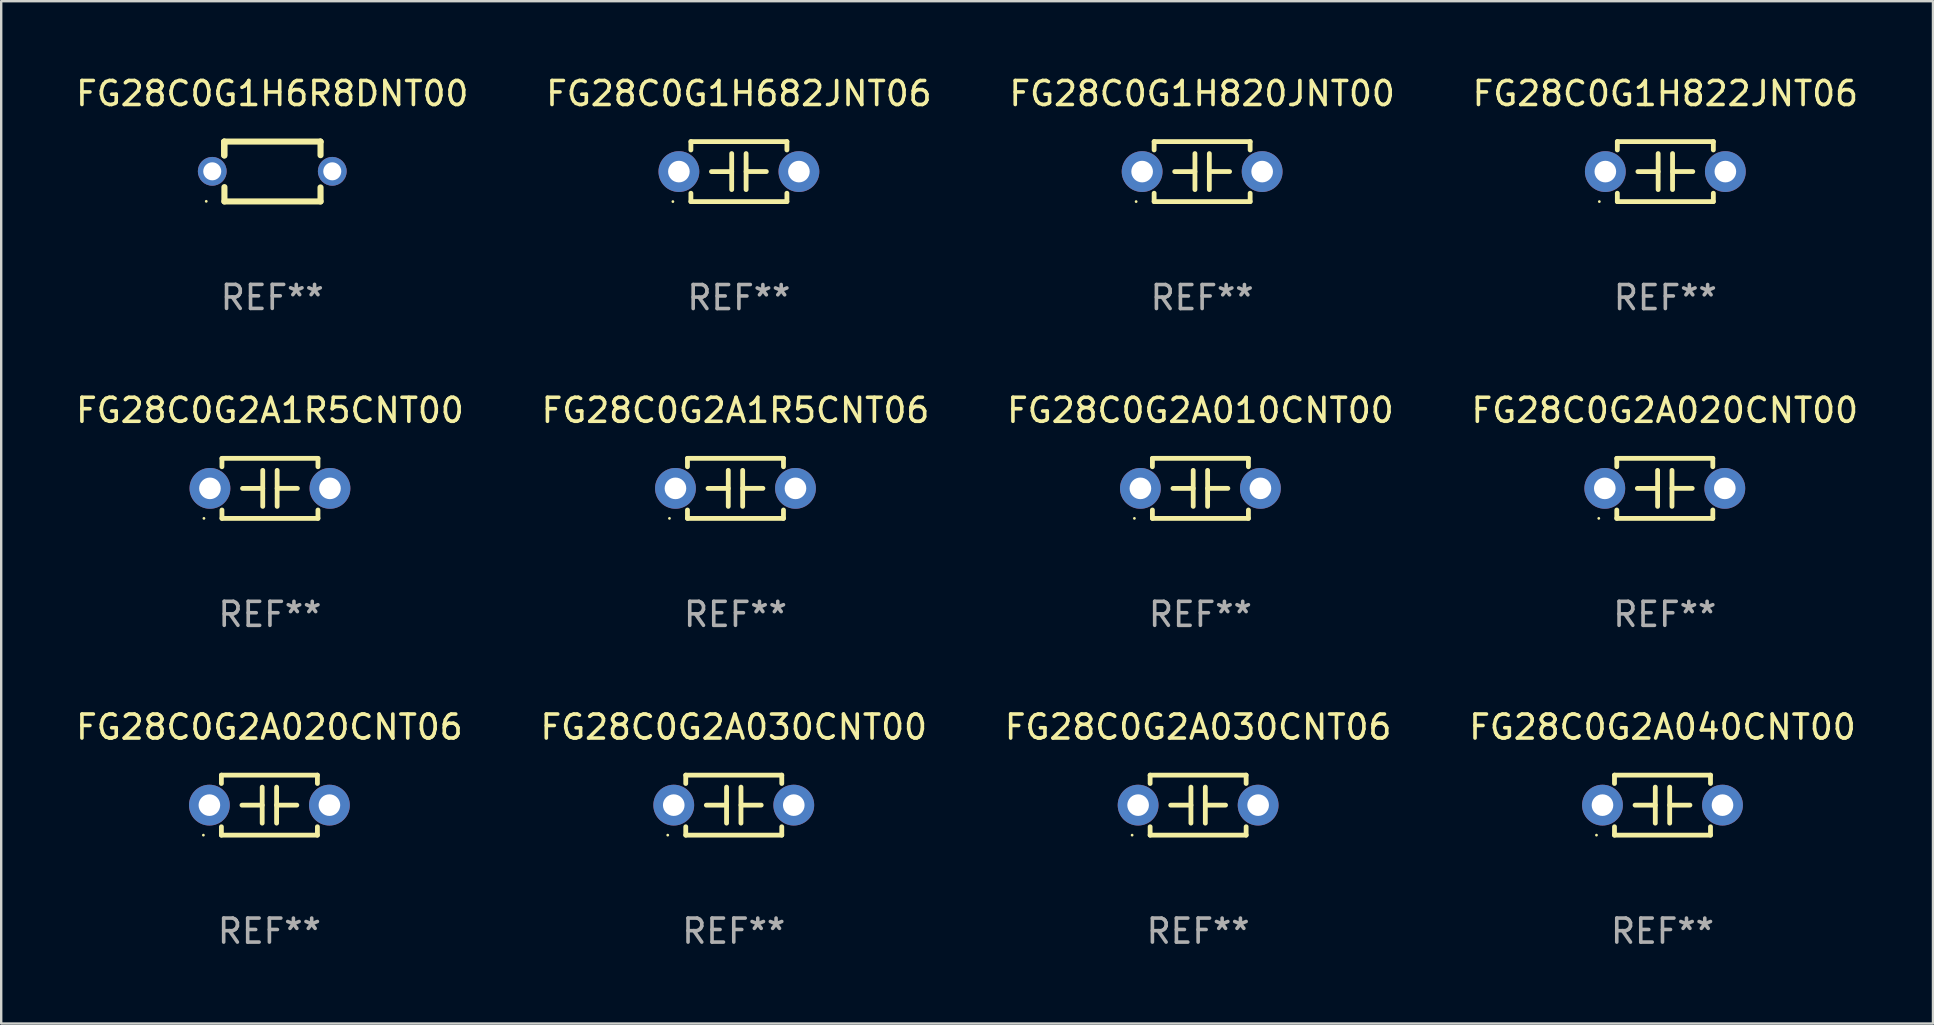
<source format=kicad_pcb>
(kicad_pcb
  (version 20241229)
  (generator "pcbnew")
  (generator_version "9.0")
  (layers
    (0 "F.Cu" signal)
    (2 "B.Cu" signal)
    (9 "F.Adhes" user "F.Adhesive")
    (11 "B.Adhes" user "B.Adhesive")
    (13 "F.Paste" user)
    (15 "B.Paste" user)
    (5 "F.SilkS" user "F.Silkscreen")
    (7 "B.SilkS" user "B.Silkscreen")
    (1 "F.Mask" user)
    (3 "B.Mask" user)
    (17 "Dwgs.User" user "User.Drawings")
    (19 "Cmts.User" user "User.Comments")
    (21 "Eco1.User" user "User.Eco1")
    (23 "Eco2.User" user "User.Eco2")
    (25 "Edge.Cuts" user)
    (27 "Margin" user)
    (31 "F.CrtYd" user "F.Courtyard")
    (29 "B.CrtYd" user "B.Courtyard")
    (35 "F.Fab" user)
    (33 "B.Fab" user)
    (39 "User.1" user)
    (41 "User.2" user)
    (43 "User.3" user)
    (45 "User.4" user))
  (footprint "FG28C0G1H6R8DNT00"
    (layer "F.Cu")
    (at 8.292 4.095)
    (property "Reference" "FG28C0G1H6R8DNT00" (at 0 -3.247 0) (layer "F.SilkS") (effects (font (size 1 1) (thickness 0.15))))
    (attr through_hole)
    (fp_line (start -2.006 -1.24) (end -1.999 -1.247) (stroke (width 0.254) (type solid)) (layer "F.SilkS"))
    (fp_line (start -2.006 -0.676) (end -2.006 -1.24) (stroke (width 0.254) (type solid)) (layer "F.SilkS"))
    (fp_line (start -1.999 -1.247) (end 2.005 -1.247) (stroke (width 0.254) (type solid)) (layer "F.SilkS"))
    (fp_line (start -1.993 -1.186) (end -2.006 -1.2) (stroke (width 0.254) (type solid)) (layer "F.SilkS"))
    (fp_line (start -1.993 -0.665) (end -1.993 -1.186) (stroke (width 0.254) (type solid)) (layer "F.SilkS"))
    (fp_line (start -1.993 1.247) (end -1.993 0.65) (stroke (width 0.254) (type solid)) (layer "F.SilkS"))
    (fp_line (start 2.005 -1.247) (end 2.011 -1.24) (stroke (width 0.254) (type solid)) (layer "F.SilkS"))
    (fp_line (start 2.011 -1.24) (end 2.011 -0.68) (stroke (width 0.254) (type solid)) (layer "F.SilkS"))
    (fp_line (start 2.011 0.664) (end 2.011 1.247) (stroke (width 0.254) (type solid)) (layer "F.SilkS"))
    (fp_line (start 2.011 1.247) (end -1.993 1.247) (stroke (width 0.254) (type solid)) (layer "F.SilkS"))
    (fp_circle (center -2.75 1.242) (end -2.72 1.242) (stroke (width 0.06) (type solid)) (fill no) (layer "F.SilkS"))
    (fp_text user "REF**" (at 0 5.247 0) (layer "F.Fab") (effects (font (size 1 1) (thickness 0.15))))
    (pad "1" thru_hole circle (at -2.5 -0.008) (size 1.2 1.2) (drill 0.75) (layers "*.Cu" "*.Mask"))
    (pad "2" thru_hole circle (at 2.5 -0.008) (size 1.2 1.2) (drill 0.75) (layers "*.Cu" "*.Mask")))
  (footprint "FG28C0G2A1R5CNT00"
    (layer "F.Cu")
    (at 8.196 17.295)
    (property "Reference" "FG28C0G2A1R5CNT00" (at 0 -3.25 0) (layer "F.SilkS") (effects (font (size 1 1) (thickness 0.15))))
    (attr through_hole)
    (fp_line (start -2 -1.25) (end -2 -0.901) (stroke (width 0.2) (type solid)) (layer "F.SilkS"))
    (fp_line (start -2 -1.25) (end 2 -1.25) (stroke (width 0.2) (type solid)) (layer "F.SilkS"))
    (fp_line (start -2 0.901) (end -2 1.25) (stroke (width 0.2) (type solid)) (layer "F.SilkS"))
    (fp_line (start -0.3 -0.75) (end -0.3 0.75) (stroke (width 0.2) (type solid)) (layer "F.SilkS"))
    (fp_line (start -0.3 0.001) (end -1.143 0.001) (stroke (width 0.2) (type solid)) (layer "F.SilkS"))
    (fp_line (start 0.3 -0.001) (end 1.143 -0.001) (stroke (width 0.2) (type solid)) (layer "F.SilkS"))
    (fp_line (start 0.3 0.75) (end 0.3 -0.75) (stroke (width 0.2) (type solid)) (layer "F.SilkS"))
    (fp_line (start 2 -1.25) (end 2 -0.901) (stroke (width 0.2) (type solid)) (layer "F.SilkS"))
    (fp_line (start 2 0.901) (end 2 1.25) (stroke (width 0.2) (type solid)) (layer "F.SilkS"))
    (fp_line (start 2 1.25) (end -2 1.25) (stroke (width 0.2) (type solid)) (layer "F.SilkS"))
    (fp_circle (center -2.75 1.25) (end -2.72 1.25) (stroke (width 0.06) (type solid)) (fill no) (layer "F.SilkS"))
    (fp_text user "REF**" (at 0 5.25 0) (layer "F.Fab") (effects (font (size 1 1) (thickness 0.15))))
    (pad "1" thru_hole circle (at -2.5 0) (size 1.7 1.7) (drill 0.9) (layers "*.Cu" "*.Mask"))
    (pad "2" thru_hole circle (at 2.5 0) (size 1.7 1.7) (drill 0.9) (layers "*.Cu" "*.Mask")))
  (footprint "FG28C0G2A030CNT06"
    (layer "F.Cu")
    (at 46.863 30.491)
    (property "Reference" "FG28C0G2A030CNT06" (at 0 -3.25 0) (layer "F.SilkS") (effects (font (size 1 1) (thickness 0.15))))
    (attr through_hole)
    (fp_line (start -2 -1.25) (end -2 -0.901) (stroke (width 0.2) (type solid)) (layer "F.SilkS"))
    (fp_line (start -2 -1.25) (end 2 -1.25) (stroke (width 0.2) (type solid)) (layer "F.SilkS"))
    (fp_line (start -2 0.901) (end -2 1.25) (stroke (width 0.2) (type solid)) (layer "F.SilkS"))
    (fp_line (start -0.3 -0.75) (end -0.3 0.75) (stroke (width 0.2) (type solid)) (layer "F.SilkS"))
    (fp_line (start -0.3 0.001) (end -1.143 0.001) (stroke (width 0.2) (type solid)) (layer "F.SilkS"))
    (fp_line (start 0.3 -0.001) (end 1.143 -0.001) (stroke (width 0.2) (type solid)) (layer "F.SilkS"))
    (fp_line (start 0.3 0.75) (end 0.3 -0.75) (stroke (width 0.2) (type solid)) (layer "F.SilkS"))
    (fp_line (start 2 -1.25) (end 2 -0.901) (stroke (width 0.2) (type solid)) (layer "F.SilkS"))
    (fp_line (start 2 0.901) (end 2 1.25) (stroke (width 0.2) (type solid)) (layer "F.SilkS"))
    (fp_line (start 2 1.25) (end -2 1.25) (stroke (width 0.2) (type solid)) (layer "F.SilkS"))
    (fp_circle (center -2.75 1.25) (end -2.72 1.25) (stroke (width 0.06) (type solid)) (fill no) (layer "F.SilkS"))
    (fp_text user "REF**" (at 0 5.25 0) (layer "F.Fab") (effects (font (size 1 1) (thickness 0.15))))
    (pad "1" thru_hole circle (at -2.5 0) (size 1.7 1.7) (drill 0.9) (layers "*.Cu" "*.Mask"))
    (pad "2" thru_hole circle (at 2.5 0) (size 1.7 1.7) (drill 0.9) (layers "*.Cu" "*.Mask")))
  (footprint "FG28C0G1H820JNT00"
    (layer "F.Cu")
    (at 47.03 4.098)
    (property "Reference" "FG28C0G1H820JNT00" (at 0 -3.25 0) (layer "F.SilkS") (effects (font (size 1 1) (thickness 0.15))))
    (attr through_hole)
    (fp_line (start -2 -1.25) (end -2 -0.901) (stroke (width 0.2) (type solid)) (layer "F.SilkS"))
    (fp_line (start -2 -1.25) (end 2 -1.25) (stroke (width 0.2) (type solid)) (layer "F.SilkS"))
    (fp_line (start -2 0.901) (end -2 1.25) (stroke (width 0.2) (type solid)) (layer "F.SilkS"))
    (fp_line (start -0.3 -0.75) (end -0.3 0.75) (stroke (width 0.2) (type solid)) (layer "F.SilkS"))
    (fp_line (start -0.3 0.001) (end -1.143 0.001) (stroke (width 0.2) (type solid)) (layer "F.SilkS"))
    (fp_line (start 0.3 -0.001) (end 1.143 -0.001) (stroke (width 0.2) (type solid)) (layer "F.SilkS"))
    (fp_line (start 0.3 0.75) (end 0.3 -0.75) (stroke (width 0.2) (type solid)) (layer "F.SilkS"))
    (fp_line (start 2 -1.25) (end 2 -0.901) (stroke (width 0.2) (type solid)) (layer "F.SilkS"))
    (fp_line (start 2 0.901) (end 2 1.25) (stroke (width 0.2) (type solid)) (layer "F.SilkS"))
    (fp_line (start 2 1.25) (end -2 1.25) (stroke (width 0.2) (type solid)) (layer "F.SilkS"))
    (fp_circle (center -2.75 1.25) (end -2.72 1.25) (stroke (width 0.06) (type solid)) (fill no) (layer "F.SilkS"))
    (fp_text user "REF**" (at 0 5.25 0) (layer "F.Fab") (effects (font (size 1 1) (thickness 0.15))))
    (pad "1" thru_hole circle (at -2.5 0) (size 1.7 1.7) (drill 0.9) (layers "*.Cu" "*.Mask"))
    (pad "2" thru_hole circle (at 2.5 0) (size 1.7 1.7) (drill 0.9) (layers "*.Cu" "*.Mask")))
  (footprint "FG28C0G1H682JNT06"
    (layer "F.Cu")
    (at 27.732 4.098)
    (property "Reference" "FG28C0G1H682JNT06" (at 0 -3.25 0) (layer "F.SilkS") (effects (font (size 1 1) (thickness 0.15))))
    (attr through_hole)
    (fp_line (start -2 -1.25) (end -2 -0.901) (stroke (width 0.2) (type solid)) (layer "F.SilkS"))
    (fp_line (start -2 -1.25) (end 2 -1.25) (stroke (width 0.2) (type solid)) (layer "F.SilkS"))
    (fp_line (start -2 0.901) (end -2 1.25) (stroke (width 0.2) (type solid)) (layer "F.SilkS"))
    (fp_line (start -0.3 -0.75) (end -0.3 0.75) (stroke (width 0.2) (type solid)) (layer "F.SilkS"))
    (fp_line (start -0.3 0.001) (end -1.143 0.001) (stroke (width 0.2) (type solid)) (layer "F.SilkS"))
    (fp_line (start 0.3 -0.001) (end 1.143 -0.001) (stroke (width 0.2) (type solid)) (layer "F.SilkS"))
    (fp_line (start 0.3 0.75) (end 0.3 -0.75) (stroke (width 0.2) (type solid)) (layer "F.SilkS"))
    (fp_line (start 2 -1.25) (end 2 -0.901) (stroke (width 0.2) (type solid)) (layer "F.SilkS"))
    (fp_line (start 2 0.901) (end 2 1.25) (stroke (width 0.2) (type solid)) (layer "F.SilkS"))
    (fp_line (start 2 1.25) (end -2 1.25) (stroke (width 0.2) (type solid)) (layer "F.SilkS"))
    (fp_circle (center -2.75 1.25) (end -2.72 1.25) (stroke (width 0.06) (type solid)) (fill no) (layer "F.SilkS"))
    (fp_text user "REF**" (at 0 5.25 0) (layer "F.Fab") (effects (font (size 1 1) (thickness 0.15))))
    (pad "1" thru_hole circle (at -2.5 0) (size 1.7 1.7) (drill 0.9) (layers "*.Cu" "*.Mask"))
    (pad "2" thru_hole circle (at 2.5 0) (size 1.7 1.7) (drill 0.9) (layers "*.Cu" "*.Mask")))
  (footprint "FG28C0G2A010CNT00"
    (layer "F.Cu")
    (at 46.958 17.295)
    (property "Reference" "FG28C0G2A010CNT00" (at 0 -3.25 0) (layer "F.SilkS") (effects (font (size 1 1) (thickness 0.15))))
    (attr through_hole)
    (fp_line (start -2 -1.25) (end -2 -0.901) (stroke (width 0.2) (type solid)) (layer "F.SilkS"))
    (fp_line (start -2 -1.25) (end 2 -1.25) (stroke (width 0.2) (type solid)) (layer "F.SilkS"))
    (fp_line (start -2 0.901) (end -2 1.25) (stroke (width 0.2) (type solid)) (layer "F.SilkS"))
    (fp_line (start -0.3 -0.75) (end -0.3 0.75) (stroke (width 0.2) (type solid)) (layer "F.SilkS"))
    (fp_line (start -0.3 0.001) (end -1.143 0.001) (stroke (width 0.2) (type solid)) (layer "F.SilkS"))
    (fp_line (start 0.3 -0.001) (end 1.143 -0.001) (stroke (width 0.2) (type solid)) (layer "F.SilkS"))
    (fp_line (start 0.3 0.75) (end 0.3 -0.75) (stroke (width 0.2) (type solid)) (layer "F.SilkS"))
    (fp_line (start 2 -1.25) (end 2 -0.901) (stroke (width 0.2) (type solid)) (layer "F.SilkS"))
    (fp_line (start 2 0.901) (end 2 1.25) (stroke (width 0.2) (type solid)) (layer "F.SilkS"))
    (fp_line (start 2 1.25) (end -2 1.25) (stroke (width 0.2) (type solid)) (layer "F.SilkS"))
    (fp_circle (center -2.75 1.25) (end -2.72 1.25) (stroke (width 0.06) (type solid)) (fill no) (layer "F.SilkS"))
    (fp_text user "REF**" (at 0 5.25 0) (layer "F.Fab") (effects (font (size 1 1) (thickness 0.15))))
    (pad "1" thru_hole circle (at -2.5 0) (size 1.7 1.7) (drill 0.9) (layers "*.Cu" "*.Mask"))
    (pad "2" thru_hole circle (at 2.5 0) (size 1.7 1.7) (drill 0.9) (layers "*.Cu" "*.Mask")))
  (footprint "FG28C0G2A040CNT00"
    (layer "F.Cu")
    (at 66.208 30.491)
    (property "Reference" "FG28C0G2A040CNT00" (at 0 -3.25 0) (layer "F.SilkS") (effects (font (size 1 1) (thickness 0.15))))
    (attr through_hole)
    (fp_line (start -2 -1.25) (end -2 -0.901) (stroke (width 0.2) (type solid)) (layer "F.SilkS"))
    (fp_line (start -2 -1.25) (end 2 -1.25) (stroke (width 0.2) (type solid)) (layer "F.SilkS"))
    (fp_line (start -2 0.901) (end -2 1.25) (stroke (width 0.2) (type solid)) (layer "F.SilkS"))
    (fp_line (start -0.3 -0.75) (end -0.3 0.75) (stroke (width 0.2) (type solid)) (layer "F.SilkS"))
    (fp_line (start -0.3 0.001) (end -1.143 0.001) (stroke (width 0.2) (type solid)) (layer "F.SilkS"))
    (fp_line (start 0.3 -0.001) (end 1.143 -0.001) (stroke (width 0.2) (type solid)) (layer "F.SilkS"))
    (fp_line (start 0.3 0.75) (end 0.3 -0.75) (stroke (width 0.2) (type solid)) (layer "F.SilkS"))
    (fp_line (start 2 -1.25) (end 2 -0.901) (stroke (width 0.2) (type solid)) (layer "F.SilkS"))
    (fp_line (start 2 0.901) (end 2 1.25) (stroke (width 0.2) (type solid)) (layer "F.SilkS"))
    (fp_line (start 2 1.25) (end -2 1.25) (stroke (width 0.2) (type solid)) (layer "F.SilkS"))
    (fp_circle (center -2.75 1.25) (end -2.72 1.25) (stroke (width 0.06) (type solid)) (fill no) (layer "F.SilkS"))
    (fp_text user "REF**" (at 0 5.25 0) (layer "F.Fab") (effects (font (size 1 1) (thickness 0.15))))
    (pad "1" thru_hole circle (at -2.5 0) (size 1.7 1.7) (drill 0.9) (layers "*.Cu" "*.Mask"))
    (pad "2" thru_hole circle (at 2.5 0) (size 1.7 1.7) (drill 0.9) (layers "*.Cu" "*.Mask")))
  (footprint "FG28C0G2A020CNT00"
    (layer "F.Cu")
    (at 66.304 17.295)
    (property "Reference" "FG28C0G2A020CNT00" (at 0 -3.25 0) (layer "F.SilkS") (effects (font (size 1 1) (thickness 0.15))))
    (attr through_hole)
    (fp_line (start -2 -1.25) (end -2 -0.901) (stroke (width 0.2) (type solid)) (layer "F.SilkS"))
    (fp_line (start -2 -1.25) (end 2 -1.25) (stroke (width 0.2) (type solid)) (layer "F.SilkS"))
    (fp_line (start -2 0.901) (end -2 1.25) (stroke (width 0.2) (type solid)) (layer "F.SilkS"))
    (fp_line (start -0.3 -0.75) (end -0.3 0.75) (stroke (width 0.2) (type solid)) (layer "F.SilkS"))
    (fp_line (start -0.3 0.001) (end -1.143 0.001) (stroke (width 0.2) (type solid)) (layer "F.SilkS"))
    (fp_line (start 0.3 -0.001) (end 1.143 -0.001) (stroke (width 0.2) (type solid)) (layer "F.SilkS"))
    (fp_line (start 0.3 0.75) (end 0.3 -0.75) (stroke (width 0.2) (type solid)) (layer "F.SilkS"))
    (fp_line (start 2 -1.25) (end 2 -0.901) (stroke (width 0.2) (type solid)) (layer "F.SilkS"))
    (fp_line (start 2 0.901) (end 2 1.25) (stroke (width 0.2) (type solid)) (layer "F.SilkS"))
    (fp_line (start 2 1.25) (end -2 1.25) (stroke (width 0.2) (type solid)) (layer "F.SilkS"))
    (fp_circle (center -2.75 1.25) (end -2.72 1.25) (stroke (width 0.06) (type solid)) (fill no) (layer "F.SilkS"))
    (fp_text user "REF**" (at 0 5.25 0) (layer "F.Fab") (effects (font (size 1 1) (thickness 0.15))))
    (pad "1" thru_hole circle (at -2.5 0) (size 1.7 1.7) (drill 0.9) (layers "*.Cu" "*.Mask"))
    (pad "2" thru_hole circle (at 2.5 0) (size 1.7 1.7) (drill 0.9) (layers "*.Cu" "*.Mask")))
  (footprint "FG28C0G2A020CNT06"
    (layer "F.Cu")
    (at 8.173 30.491)
    (property "Reference" "FG28C0G2A020CNT06" (at 0 -3.25 0) (layer "F.SilkS") (effects (font (size 1 1) (thickness 0.15))))
    (attr through_hole)
    (fp_line (start -2 -1.25) (end -2 -0.901) (stroke (width 0.2) (type solid)) (layer "F.SilkS"))
    (fp_line (start -2 -1.25) (end 2 -1.25) (stroke (width 0.2) (type solid)) (layer "F.SilkS"))
    (fp_line (start -2 0.901) (end -2 1.25) (stroke (width 0.2) (type solid)) (layer "F.SilkS"))
    (fp_line (start -0.3 -0.75) (end -0.3 0.75) (stroke (width 0.2) (type solid)) (layer "F.SilkS"))
    (fp_line (start -0.3 0.001) (end -1.143 0.001) (stroke (width 0.2) (type solid)) (layer "F.SilkS"))
    (fp_line (start 0.3 -0.001) (end 1.143 -0.001) (stroke (width 0.2) (type solid)) (layer "F.SilkS"))
    (fp_line (start 0.3 0.75) (end 0.3 -0.75) (stroke (width 0.2) (type solid)) (layer "F.SilkS"))
    (fp_line (start 2 -1.25) (end 2 -0.901) (stroke (width 0.2) (type solid)) (layer "F.SilkS"))
    (fp_line (start 2 0.901) (end 2 1.25) (stroke (width 0.2) (type solid)) (layer "F.SilkS"))
    (fp_line (start 2 1.25) (end -2 1.25) (stroke (width 0.2) (type solid)) (layer "F.SilkS"))
    (fp_circle (center -2.75 1.25) (end -2.72 1.25) (stroke (width 0.06) (type solid)) (fill no) (layer "F.SilkS"))
    (fp_text user "REF**" (at 0 5.25 0) (layer "F.Fab") (effects (font (size 1 1) (thickness 0.15))))
    (pad "1" thru_hole circle (at -2.5 0) (size 1.7 1.7) (drill 0.9) (layers "*.Cu" "*.Mask"))
    (pad "2" thru_hole circle (at 2.5 0) (size 1.7 1.7) (drill 0.9) (layers "*.Cu" "*.Mask")))
  (footprint "FG28C0G2A1R5CNT06"
    (layer "F.Cu")
    (at 27.589 17.295)
    (property "Reference" "FG28C0G2A1R5CNT06" (at 0 -3.25 0) (layer "F.SilkS") (effects (font (size 1 1) (thickness 0.15))))
    (attr through_hole)
    (fp_line (start -2 -1.25) (end -2 -0.901) (stroke (width 0.2) (type solid)) (layer "F.SilkS"))
    (fp_line (start -2 -1.25) (end 2 -1.25) (stroke (width 0.2) (type solid)) (layer "F.SilkS"))
    (fp_line (start -2 0.901) (end -2 1.25) (stroke (width 0.2) (type solid)) (layer "F.SilkS"))
    (fp_line (start -0.3 -0.75) (end -0.3 0.75) (stroke (width 0.2) (type solid)) (layer "F.SilkS"))
    (fp_line (start -0.3 0.001) (end -1.143 0.001) (stroke (width 0.2) (type solid)) (layer "F.SilkS"))
    (fp_line (start 0.3 -0.001) (end 1.143 -0.001) (stroke (width 0.2) (type solid)) (layer "F.SilkS"))
    (fp_line (start 0.3 0.75) (end 0.3 -0.75) (stroke (width 0.2) (type solid)) (layer "F.SilkS"))
    (fp_line (start 2 -1.25) (end 2 -0.901) (stroke (width 0.2) (type solid)) (layer "F.SilkS"))
    (fp_line (start 2 0.901) (end 2 1.25) (stroke (width 0.2) (type solid)) (layer "F.SilkS"))
    (fp_line (start 2 1.25) (end -2 1.25) (stroke (width 0.2) (type solid)) (layer "F.SilkS"))
    (fp_circle (center -2.75 1.25) (end -2.72 1.25) (stroke (width 0.06) (type solid)) (fill no) (layer "F.SilkS"))
    (fp_text user "REF**" (at 0 5.25 0) (layer "F.Fab") (effects (font (size 1 1) (thickness 0.15))))
    (pad "1" thru_hole circle (at -2.5 0) (size 1.7 1.7) (drill 0.9) (layers "*.Cu" "*.Mask"))
    (pad "2" thru_hole circle (at 2.5 0) (size 1.7 1.7) (drill 0.9) (layers "*.Cu" "*.Mask")))
  (footprint "FG28C0G2A030CNT00"
    (layer "F.Cu")
    (at 27.518 30.491)
    (property "Reference" "FG28C0G2A030CNT00" (at 0 -3.25 0) (layer "F.SilkS") (effects (font (size 1 1) (thickness 0.15))))
    (attr through_hole)
    (fp_line (start -2 -1.25) (end -2 -0.901) (stroke (width 0.2) (type solid)) (layer "F.SilkS"))
    (fp_line (start -2 -1.25) (end 2 -1.25) (stroke (width 0.2) (type solid)) (layer "F.SilkS"))
    (fp_line (start -2 0.901) (end -2 1.25) (stroke (width 0.2) (type solid)) (layer "F.SilkS"))
    (fp_line (start -0.3 -0.75) (end -0.3 0.75) (stroke (width 0.2) (type solid)) (layer "F.SilkS"))
    (fp_line (start -0.3 0.001) (end -1.143 0.001) (stroke (width 0.2) (type solid)) (layer "F.SilkS"))
    (fp_line (start 0.3 -0.001) (end 1.143 -0.001) (stroke (width 0.2) (type solid)) (layer "F.SilkS"))
    (fp_line (start 0.3 0.75) (end 0.3 -0.75) (stroke (width 0.2) (type solid)) (layer "F.SilkS"))
    (fp_line (start 2 -1.25) (end 2 -0.901) (stroke (width 0.2) (type solid)) (layer "F.SilkS"))
    (fp_line (start 2 0.901) (end 2 1.25) (stroke (width 0.2) (type solid)) (layer "F.SilkS"))
    (fp_line (start 2 1.25) (end -2 1.25) (stroke (width 0.2) (type solid)) (layer "F.SilkS"))
    (fp_circle (center -2.75 1.25) (end -2.72 1.25) (stroke (width 0.06) (type solid)) (fill no) (layer "F.SilkS"))
    (fp_text user "REF**" (at 0 5.25 0) (layer "F.Fab") (effects (font (size 1 1) (thickness 0.15))))
    (pad "1" thru_hole circle (at -2.5 0) (size 1.7 1.7) (drill 0.9) (layers "*.Cu" "*.Mask"))
    (pad "2" thru_hole circle (at 2.5 0) (size 1.7 1.7) (drill 0.9) (layers "*.Cu" "*.Mask")))
  (footprint "FG28C0G1H822JNT06"
    (layer "F.Cu")
    (at 66.327 4.098)
    (property "Reference" "FG28C0G1H822JNT06" (at 0 -3.25 0) (layer "F.SilkS") (effects (font (size 1 1) (thickness 0.15))))
    (attr through_hole)
    (fp_line (start -2 -1.25) (end -2 -0.901) (stroke (width 0.2) (type solid)) (layer "F.SilkS"))
    (fp_line (start -2 -1.25) (end 2 -1.25) (stroke (width 0.2) (type solid)) (layer "F.SilkS"))
    (fp_line (start -2 0.901) (end -2 1.25) (stroke (width 0.2) (type solid)) (layer "F.SilkS"))
    (fp_line (start -0.3 -0.75) (end -0.3 0.75) (stroke (width 0.2) (type solid)) (layer "F.SilkS"))
    (fp_line (start -0.3 0.001) (end -1.143 0.001) (stroke (width 0.2) (type solid)) (layer "F.SilkS"))
    (fp_line (start 0.3 -0.001) (end 1.143 -0.001) (stroke (width 0.2) (type solid)) (layer "F.SilkS"))
    (fp_line (start 0.3 0.75) (end 0.3 -0.75) (stroke (width 0.2) (type solid)) (layer "F.SilkS"))
    (fp_line (start 2 -1.25) (end 2 -0.901) (stroke (width 0.2) (type solid)) (layer "F.SilkS"))
    (fp_line (start 2 0.901) (end 2 1.25) (stroke (width 0.2) (type solid)) (layer "F.SilkS"))
    (fp_line (start 2 1.25) (end -2 1.25) (stroke (width 0.2) (type solid)) (layer "F.SilkS"))
    (fp_circle (center -2.75 1.25) (end -2.72 1.25) (stroke (width 0.06) (type solid)) (fill no) (layer "F.SilkS"))
    (fp_text user "REF**" (at 0 5.25 0) (layer "F.Fab") (effects (font (size 1 1) (thickness 0.15))))
    (pad "1" thru_hole circle (at -2.5 0) (size 1.7 1.7) (drill 0.9) (layers "*.Cu" "*.Mask"))
    (pad "2" thru_hole circle (at 2.5 0) (size 1.7 1.7) (drill 0.9) (layers "*.Cu" "*.Mask")))
  (gr_rect
    (start -3 -3)
    (end 77.476 39.59)
    (stroke (width 0.1) (type default))
    (fill no)
    (layer "Edge.Cuts")))
</source>
